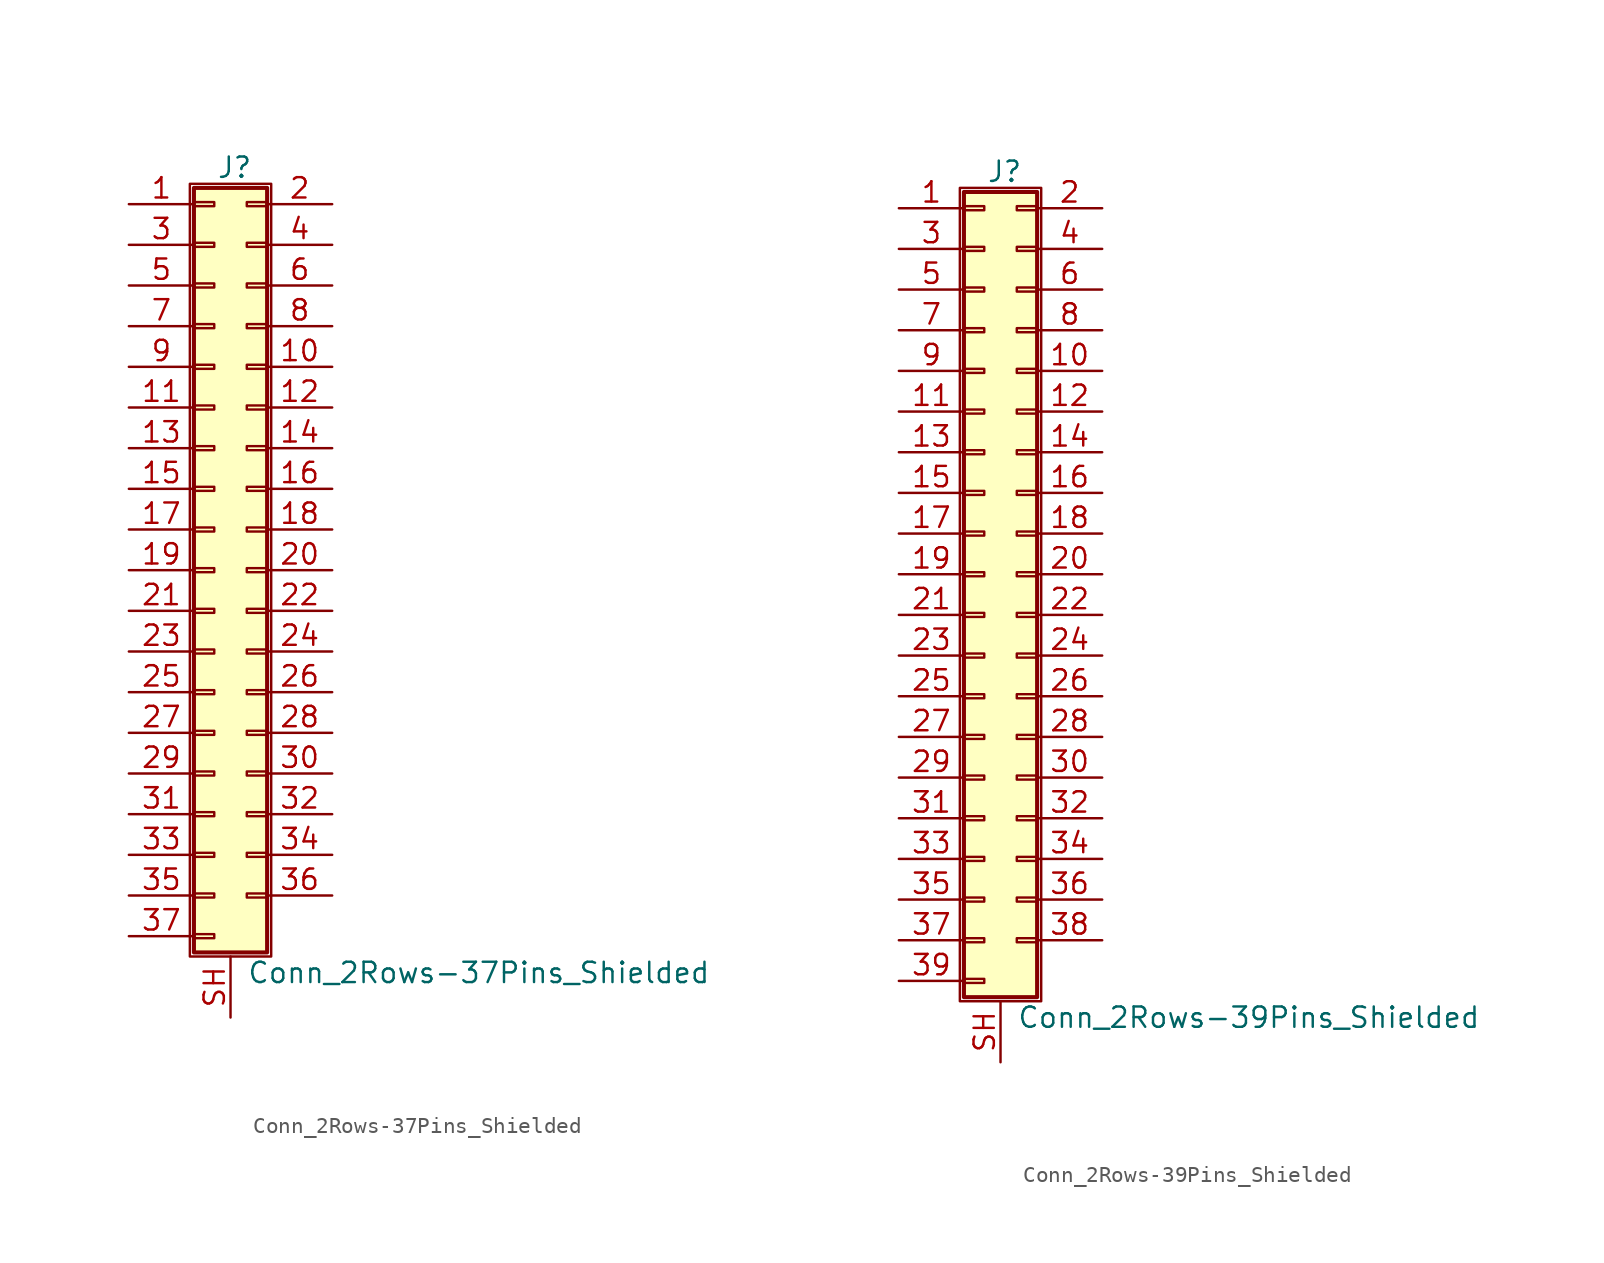
<source format=kicad_sym>
(kicad_symbol_lib
  (version 20200908)
  (generator kicad_symbol_editor)
  (symbol "Connector_Generic_Shielded:Conn_2Rows-37Pins_Shielded"
    (pin_names
      (offset 1.016) hide)
    (property "Reference" "J"
      (at 1.524 25.146 0)
      (effects (font (size 1.27 1.27))))
    (property "Value" "Conn_2Rows-37Pins_Shielded"
      (at 2.286 -25.146 0)
      (effects (font (size 1.27 1.27)) (justify left)))
    (symbol "Conn_2Rows-37Pins_Shielded_1_1"
      (rectangle (start -1.016 -4.953) (end 0.254 -5.207) (stroke (width 0.152)) (fill (type none)))
      (rectangle (start -1.016 -7.493) (end 0.254 -7.747) (stroke (width 0.152)) (fill (type none)))
      (rectangle (start -1.016 -10.033) (end 0.254 -10.287) (stroke (width 0.152)) (fill (type none)))
      (rectangle (start -1.016 -12.573) (end 0.254 -12.827) (stroke (width 0.152)) (fill (type none)))
      (rectangle (start -1.016 -15.113) (end 0.254 -15.367) (stroke (width 0.152)) (fill (type none)))
      (rectangle (start -1.016 -17.653) (end 0.254 -17.907) (stroke (width 0.152)) (fill (type none)))
      (rectangle (start -1.016 -20.193) (end 0.254 -20.447) (stroke (width 0.152)) (fill (type none)))
      (rectangle (start -1.016 -22.733) (end 0.254 -22.987) (stroke (width 0.152)) (fill (type none)))
      (rectangle (start -1.016 -2.413) (end 0.254 -2.667) (stroke (width 0.152)) (fill (type none)))
      (rectangle (start -1.016 2.667) (end 0.254 2.413) (stroke (width 0.152)) (fill (type none)))
      (rectangle (start -1.016 5.207) (end 0.254 4.953) (stroke (width 0.152)) (fill (type none)))
      (rectangle (start -1.016 7.747) (end 0.254 7.493) (stroke (width 0.152)) (fill (type none)))
      (rectangle (start -1.016 10.287) (end 0.254 10.033) (stroke (width 0.152)) (fill (type none)))
      (rectangle (start -1.016 0.127) (end 0.254 -0.127) (stroke (width 0.152)) (fill (type none)))
      (rectangle (start -1.016 12.827) (end 0.254 12.573) (stroke (width 0.152)) (fill (type none)))
      (rectangle (start -1.016 15.367) (end 0.254 15.113) (stroke (width 0.152)) (fill (type none)))
      (rectangle (start -1.016 17.907) (end 0.254 17.653) (stroke (width 0.152)) (fill (type none)))
      (rectangle (start -1.016 20.447) (end 0.254 20.193) (stroke (width 0.152)) (fill (type none)))
      (rectangle (start -1.016 22.987) (end 0.254 22.733) (stroke (width 0.152)) (fill (type none)))
      (rectangle (start -1.016 23.876) (end 3.556 -23.876) (stroke (width 0.254)) (fill (type background)))
      (rectangle (start -1.27 24.13) (end 3.81 -24.13) (stroke (width 0.152)) (fill (type none)))
      (rectangle (start 3.556 -4.953) (end 2.286 -5.207) (stroke (width 0.152)) (fill (type none)))
      (rectangle (start 3.556 -7.493) (end 2.286 -7.747) (stroke (width 0.152)) (fill (type none)))
      (rectangle (start 3.556 -10.033) (end 2.286 -10.287) (stroke (width 0.152)) (fill (type none)))
      (rectangle (start 3.556 -12.573) (end 2.286 -12.827) (stroke (width 0.152)) (fill (type none)))
      (rectangle (start 3.556 -15.113) (end 2.286 -15.367) (stroke (width 0.152)) (fill (type none)))
      (rectangle (start 3.556 -17.653) (end 2.286 -17.907) (stroke (width 0.152)) (fill (type none)))
      (rectangle (start 3.556 -20.193) (end 2.286 -20.447) (stroke (width 0.152)) (fill (type none)))
      (rectangle (start 3.556 -2.413) (end 2.286 -2.667) (stroke (width 0.152)) (fill (type none)))
      (rectangle (start 3.556 2.667) (end 2.286 2.413) (stroke (width 0.152)) (fill (type none)))
      (rectangle (start 3.556 5.207) (end 2.286 4.953) (stroke (width 0.152)) (fill (type none)))
      (rectangle (start 3.556 7.747) (end 2.286 7.493) (stroke (width 0.152)) (fill (type none)))
      (rectangle (start 3.556 10.287) (end 2.286 10.033) (stroke (width 0.152)) (fill (type none)))
      (rectangle (start 3.556 0.127) (end 2.286 -0.127) (stroke (width 0.152)) (fill (type none)))
      (rectangle (start 3.556 12.827) (end 2.286 12.573) (stroke (width 0.152)) (fill (type none)))
      (rectangle (start 3.556 15.367) (end 2.286 15.113) (stroke (width 0.152)) (fill (type none)))
      (rectangle (start 3.556 17.907) (end 2.286 17.653) (stroke (width 0.152)) (fill (type none)))
      (rectangle (start 3.556 20.447) (end 2.286 20.193) (stroke (width 0.152)) (fill (type none)))
      (rectangle (start 3.556 22.987) (end 2.286 22.733) (stroke (width 0.152)) (fill (type none)))
      (pin passive line (at -5.08 22.86 0) (length 4.064) (name "Pin_1" (effects (font (size 1.27 1.27)))) (number "1" (effects (font (size 1.27 1.27)))))
      (pin passive line (at 7.62 12.7 180) (length 4.064) (name "Pin_10" (effects (font (size 1.27 1.27)))) (number "10" (effects (font (size 1.27 1.27)))))
      (pin passive line (at -5.08 10.16 0) (length 4.064) (name "Pin_11" (effects (font (size 1.27 1.27)))) (number "11" (effects (font (size 1.27 1.27)))))
      (pin passive line (at 7.62 10.16 180) (length 4.064) (name "Pin_12" (effects (font (size 1.27 1.27)))) (number "12" (effects (font (size 1.27 1.27)))))
      (pin passive line (at -5.08 7.62 0) (length 4.064) (name "Pin_13" (effects (font (size 1.27 1.27)))) (number "13" (effects (font (size 1.27 1.27)))))
      (pin passive line (at 7.62 7.62 180) (length 4.064) (name "Pin_14" (effects (font (size 1.27 1.27)))) (number "14" (effects (font (size 1.27 1.27)))))
      (pin passive line (at -5.08 5.08 0) (length 4.064) (name "Pin_15" (effects (font (size 1.27 1.27)))) (number "15" (effects (font (size 1.27 1.27)))))
      (pin passive line (at 7.62 5.08 180) (length 4.064) (name "Pin_16" (effects (font (size 1.27 1.27)))) (number "16" (effects (font (size 1.27 1.27)))))
      (pin passive line (at -5.08 2.54 0) (length 4.064) (name "Pin_17" (effects (font (size 1.27 1.27)))) (number "17" (effects (font (size 1.27 1.27)))))
      (pin passive line (at 7.62 2.54 180) (length 4.064) (name "Pin_18" (effects (font (size 1.27 1.27)))) (number "18" (effects (font (size 1.27 1.27)))))
      (pin passive line (at -5.08 0 0) (length 4.064) (name "Pin_19" (effects (font (size 1.27 1.27)))) (number "19" (effects (font (size 1.27 1.27)))))
      (pin passive line (at 7.62 22.86 180) (length 4.064) (name "Pin_2" (effects (font (size 1.27 1.27)))) (number "2" (effects (font (size 1.27 1.27)))))
      (pin passive line (at 7.62 0 180) (length 4.064) (name "Pin_20" (effects (font (size 1.27 1.27)))) (number "20" (effects (font (size 1.27 1.27)))))
      (pin passive line (at -5.08 -2.54 0) (length 4.064) (name "Pin_21" (effects (font (size 1.27 1.27)))) (number "21" (effects (font (size 1.27 1.27)))))
      (pin passive line (at 7.62 -2.54 180) (length 4.064) (name "Pin_22" (effects (font (size 1.27 1.27)))) (number "22" (effects (font (size 1.27 1.27)))))
      (pin passive line (at -5.08 -5.08 0) (length 4.064) (name "Pin_23" (effects (font (size 1.27 1.27)))) (number "23" (effects (font (size 1.27 1.27)))))
      (pin passive line (at 7.62 -5.08 180) (length 4.064) (name "Pin_24" (effects (font (size 1.27 1.27)))) (number "24" (effects (font (size 1.27 1.27)))))
      (pin passive line (at -5.08 -7.62 0) (length 4.064) (name "Pin_25" (effects (font (size 1.27 1.27)))) (number "25" (effects (font (size 1.27 1.27)))))
      (pin passive line (at 7.62 -7.62 180) (length 4.064) (name "Pin_26" (effects (font (size 1.27 1.27)))) (number "26" (effects (font (size 1.27 1.27)))))
      (pin passive line (at -5.08 -10.16 0) (length 4.064) (name "Pin_27" (effects (font (size 1.27 1.27)))) (number "27" (effects (font (size 1.27 1.27)))))
      (pin passive line (at 7.62 -10.16 180) (length 4.064) (name "Pin_28" (effects (font (size 1.27 1.27)))) (number "28" (effects (font (size 1.27 1.27)))))
      (pin passive line (at -5.08 -12.7 0) (length 4.064) (name "Pin_29" (effects (font (size 1.27 1.27)))) (number "29" (effects (font (size 1.27 1.27)))))
      (pin passive line (at -5.08 20.32 0) (length 4.064) (name "Pin_3" (effects (font (size 1.27 1.27)))) (number "3" (effects (font (size 1.27 1.27)))))
      (pin passive line (at 7.62 -12.7 180) (length 4.064) (name "Pin_30" (effects (font (size 1.27 1.27)))) (number "30" (effects (font (size 1.27 1.27)))))
      (pin passive line (at -5.08 -15.24 0) (length 4.064) (name "Pin_31" (effects (font (size 1.27 1.27)))) (number "31" (effects (font (size 1.27 1.27)))))
      (pin passive line (at 7.62 -15.24 180) (length 4.064) (name "Pin_32" (effects (font (size 1.27 1.27)))) (number "32" (effects (font (size 1.27 1.27)))))
      (pin passive line (at -5.08 -17.78 0) (length 4.064) (name "Pin_33" (effects (font (size 1.27 1.27)))) (number "33" (effects (font (size 1.27 1.27)))))
      (pin passive line (at 7.62 -17.78 180) (length 4.064) (name "Pin_34" (effects (font (size 1.27 1.27)))) (number "34" (effects (font (size 1.27 1.27)))))
      (pin passive line (at -5.08 -20.32 0) (length 4.064) (name "Pin_35" (effects (font (size 1.27 1.27)))) (number "35" (effects (font (size 1.27 1.27)))))
      (pin passive line (at 7.62 -20.32 180) (length 4.064) (name "Pin_36" (effects (font (size 1.27 1.27)))) (number "36" (effects (font (size 1.27 1.27)))))
      (pin passive line (at -5.08 -22.86 0) (length 4.064) (name "Pin_37" (effects (font (size 1.27 1.27)))) (number "37" (effects (font (size 1.27 1.27)))))
      (pin passive line (at 7.62 20.32 180) (length 4.064) (name "Pin_4" (effects (font (size 1.27 1.27)))) (number "4" (effects (font (size 1.27 1.27)))))
      (pin passive line (at -5.08 17.78 0) (length 4.064) (name "Pin_5" (effects (font (size 1.27 1.27)))) (number "5" (effects (font (size 1.27 1.27)))))
      (pin passive line (at 7.62 17.78 180) (length 4.064) (name "Pin_6" (effects (font (size 1.27 1.27)))) (number "6" (effects (font (size 1.27 1.27)))))
      (pin passive line (at -5.08 15.24 0) (length 4.064) (name "Pin_7" (effects (font (size 1.27 1.27)))) (number "7" (effects (font (size 1.27 1.27)))))
      (pin passive line (at 7.62 15.24 180) (length 4.064) (name "Pin_8" (effects (font (size 1.27 1.27)))) (number "8" (effects (font (size 1.27 1.27)))))
      (pin passive line (at -5.08 12.7 0) (length 4.064) (name "Pin_9" (effects (font (size 1.27 1.27)))) (number "9" (effects (font (size 1.27 1.27)))))
      (pin passive line (at 1.27 -27.94 90) (length 3.81) (name "Shield" (effects (font (size 1.27 1.27)))) (number "SH" (effects (font (size 1.27 1.27)))))))
  (symbol "Connector_Generic_Shielded:Conn_2Rows-39Pins_Shielded"
    (pin_names
      (offset 1.016) hide)
    (property "Reference" "J"
      (at 1.524 25.146 0)
      (effects (font (size 1.27 1.27))))
    (property "Value" "Conn_2Rows-39Pins_Shielded"
      (at 2.286 -27.686 0)
      (effects (font (size 1.27 1.27)) (justify left)))
    (symbol "Conn_2Rows-39Pins_Shielded_1_1"
      (rectangle (start -1.016 -4.953) (end 0.254 -5.207) (stroke (width 0.152)) (fill (type none)))
      (rectangle (start -1.016 -7.493) (end 0.254 -7.747) (stroke (width 0.152)) (fill (type none)))
      (rectangle (start -1.016 -10.033) (end 0.254 -10.287) (stroke (width 0.152)) (fill (type none)))
      (rectangle (start -1.016 -12.573) (end 0.254 -12.827) (stroke (width 0.152)) (fill (type none)))
      (rectangle (start -1.016 -15.113) (end 0.254 -15.367) (stroke (width 0.152)) (fill (type none)))
      (rectangle (start -1.016 -17.653) (end 0.254 -17.907) (stroke (width 0.152)) (fill (type none)))
      (rectangle (start -1.016 -20.193) (end 0.254 -20.447) (stroke (width 0.152)) (fill (type none)))
      (rectangle (start -1.016 -22.733) (end 0.254 -22.987) (stroke (width 0.152)) (fill (type none)))
      (rectangle (start -1.016 -2.413) (end 0.254 -2.667) (stroke (width 0.152)) (fill (type none)))
      (rectangle (start -1.016 -25.273) (end 0.254 -25.527) (stroke (width 0.152)) (fill (type none)))
      (rectangle (start -1.016 2.667) (end 0.254 2.413) (stroke (width 0.152)) (fill (type none)))
      (rectangle (start -1.016 5.207) (end 0.254 4.953) (stroke (width 0.152)) (fill (type none)))
      (rectangle (start -1.016 7.747) (end 0.254 7.493) (stroke (width 0.152)) (fill (type none)))
      (rectangle (start -1.016 10.287) (end 0.254 10.033) (stroke (width 0.152)) (fill (type none)))
      (rectangle (start -1.016 0.127) (end 0.254 -0.127) (stroke (width 0.152)) (fill (type none)))
      (rectangle (start -1.016 12.827) (end 0.254 12.573) (stroke (width 0.152)) (fill (type none)))
      (rectangle (start -1.016 15.367) (end 0.254 15.113) (stroke (width 0.152)) (fill (type none)))
      (rectangle (start -1.016 17.907) (end 0.254 17.653) (stroke (width 0.152)) (fill (type none)))
      (rectangle (start -1.016 20.447) (end 0.254 20.193) (stroke (width 0.152)) (fill (type none)))
      (rectangle (start -1.016 22.987) (end 0.254 22.733) (stroke (width 0.152)) (fill (type none)))
      (rectangle (start -1.016 23.876) (end 3.556 -26.416) (stroke (width 0.254)) (fill (type background)))
      (rectangle (start -1.27 24.13) (end 3.81 -26.67) (stroke (width 0.152)) (fill (type none)))
      (rectangle (start 3.556 -4.953) (end 2.286 -5.207) (stroke (width 0.152)) (fill (type none)))
      (rectangle (start 3.556 -7.493) (end 2.286 -7.747) (stroke (width 0.152)) (fill (type none)))
      (rectangle (start 3.556 -10.033) (end 2.286 -10.287) (stroke (width 0.152)) (fill (type none)))
      (rectangle (start 3.556 -12.573) (end 2.286 -12.827) (stroke (width 0.152)) (fill (type none)))
      (rectangle (start 3.556 -15.113) (end 2.286 -15.367) (stroke (width 0.152)) (fill (type none)))
      (rectangle (start 3.556 -17.653) (end 2.286 -17.907) (stroke (width 0.152)) (fill (type none)))
      (rectangle (start 3.556 -20.193) (end 2.286 -20.447) (stroke (width 0.152)) (fill (type none)))
      (rectangle (start 3.556 -22.733) (end 2.286 -22.987) (stroke (width 0.152)) (fill (type none)))
      (rectangle (start 3.556 -2.413) (end 2.286 -2.667) (stroke (width 0.152)) (fill (type none)))
      (rectangle (start 3.556 2.667) (end 2.286 2.413) (stroke (width 0.152)) (fill (type none)))
      (rectangle (start 3.556 5.207) (end 2.286 4.953) (stroke (width 0.152)) (fill (type none)))
      (rectangle (start 3.556 7.747) (end 2.286 7.493) (stroke (width 0.152)) (fill (type none)))
      (rectangle (start 3.556 10.287) (end 2.286 10.033) (stroke (width 0.152)) (fill (type none)))
      (rectangle (start 3.556 0.127) (end 2.286 -0.127) (stroke (width 0.152)) (fill (type none)))
      (rectangle (start 3.556 12.827) (end 2.286 12.573) (stroke (width 0.152)) (fill (type none)))
      (rectangle (start 3.556 15.367) (end 2.286 15.113) (stroke (width 0.152)) (fill (type none)))
      (rectangle (start 3.556 17.907) (end 2.286 17.653) (stroke (width 0.152)) (fill (type none)))
      (rectangle (start 3.556 20.447) (end 2.286 20.193) (stroke (width 0.152)) (fill (type none)))
      (rectangle (start 3.556 22.987) (end 2.286 22.733) (stroke (width 0.152)) (fill (type none)))
      (pin passive line (at -5.08 22.86 0) (length 4.064) (name "Pin_1" (effects (font (size 1.27 1.27)))) (number "1" (effects (font (size 1.27 1.27)))))
      (pin passive line (at 7.62 12.7 180) (length 4.064) (name "Pin_10" (effects (font (size 1.27 1.27)))) (number "10" (effects (font (size 1.27 1.27)))))
      (pin passive line (at -5.08 10.16 0) (length 4.064) (name "Pin_11" (effects (font (size 1.27 1.27)))) (number "11" (effects (font (size 1.27 1.27)))))
      (pin passive line (at 7.62 10.16 180) (length 4.064) (name "Pin_12" (effects (font (size 1.27 1.27)))) (number "12" (effects (font (size 1.27 1.27)))))
      (pin passive line (at -5.08 7.62 0) (length 4.064) (name "Pin_13" (effects (font (size 1.27 1.27)))) (number "13" (effects (font (size 1.27 1.27)))))
      (pin passive line (at 7.62 7.62 180) (length 4.064) (name "Pin_14" (effects (font (size 1.27 1.27)))) (number "14" (effects (font (size 1.27 1.27)))))
      (pin passive line (at -5.08 5.08 0) (length 4.064) (name "Pin_15" (effects (font (size 1.27 1.27)))) (number "15" (effects (font (size 1.27 1.27)))))
      (pin passive line (at 7.62 5.08 180) (length 4.064) (name "Pin_16" (effects (font (size 1.27 1.27)))) (number "16" (effects (font (size 1.27 1.27)))))
      (pin passive line (at -5.08 2.54 0) (length 4.064) (name "Pin_17" (effects (font (size 1.27 1.27)))) (number "17" (effects (font (size 1.27 1.27)))))
      (pin passive line (at 7.62 2.54 180) (length 4.064) (name "Pin_18" (effects (font (size 1.27 1.27)))) (number "18" (effects (font (size 1.27 1.27)))))
      (pin passive line (at -5.08 0 0) (length 4.064) (name "Pin_19" (effects (font (size 1.27 1.27)))) (number "19" (effects (font (size 1.27 1.27)))))
      (pin passive line (at 7.62 22.86 180) (length 4.064) (name "Pin_2" (effects (font (size 1.27 1.27)))) (number "2" (effects (font (size 1.27 1.27)))))
      (pin passive line (at 7.62 0 180) (length 4.064) (name "Pin_20" (effects (font (size 1.27 1.27)))) (number "20" (effects (font (size 1.27 1.27)))))
      (pin passive line (at -5.08 -2.54 0) (length 4.064) (name "Pin_21" (effects (font (size 1.27 1.27)))) (number "21" (effects (font (size 1.27 1.27)))))
      (pin passive line (at 7.62 -2.54 180) (length 4.064) (name "Pin_22" (effects (font (size 1.27 1.27)))) (number "22" (effects (font (size 1.27 1.27)))))
      (pin passive line (at -5.08 -5.08 0) (length 4.064) (name "Pin_23" (effects (font (size 1.27 1.27)))) (number "23" (effects (font (size 1.27 1.27)))))
      (pin passive line (at 7.62 -5.08 180) (length 4.064) (name "Pin_24" (effects (font (size 1.27 1.27)))) (number "24" (effects (font (size 1.27 1.27)))))
      (pin passive line (at -5.08 -7.62 0) (length 4.064) (name "Pin_25" (effects (font (size 1.27 1.27)))) (number "25" (effects (font (size 1.27 1.27)))))
      (pin passive line (at 7.62 -7.62 180) (length 4.064) (name "Pin_26" (effects (font (size 1.27 1.27)))) (number "26" (effects (font (size 1.27 1.27)))))
      (pin passive line (at -5.08 -10.16 0) (length 4.064) (name "Pin_27" (effects (font (size 1.27 1.27)))) (number "27" (effects (font (size 1.27 1.27)))))
      (pin passive line (at 7.62 -10.16 180) (length 4.064) (name "Pin_28" (effects (font (size 1.27 1.27)))) (number "28" (effects (font (size 1.27 1.27)))))
      (pin passive line (at -5.08 -12.7 0) (length 4.064) (name "Pin_29" (effects (font (size 1.27 1.27)))) (number "29" (effects (font (size 1.27 1.27)))))
      (pin passive line (at -5.08 20.32 0) (length 4.064) (name "Pin_3" (effects (font (size 1.27 1.27)))) (number "3" (effects (font (size 1.27 1.27)))))
      (pin passive line (at 7.62 -12.7 180) (length 4.064) (name "Pin_30" (effects (font (size 1.27 1.27)))) (number "30" (effects (font (size 1.27 1.27)))))
      (pin passive line (at -5.08 -15.24 0) (length 4.064) (name "Pin_31" (effects (font (size 1.27 1.27)))) (number "31" (effects (font (size 1.27 1.27)))))
      (pin passive line (at 7.62 -15.24 180) (length 4.064) (name "Pin_32" (effects (font (size 1.27 1.27)))) (number "32" (effects (font (size 1.27 1.27)))))
      (pin passive line (at -5.08 -17.78 0) (length 4.064) (name "Pin_33" (effects (font (size 1.27 1.27)))) (number "33" (effects (font (size 1.27 1.27)))))
      (pin passive line (at 7.62 -17.78 180) (length 4.064) (name "Pin_34" (effects (font (size 1.27 1.27)))) (number "34" (effects (font (size 1.27 1.27)))))
      (pin passive line (at -5.08 -20.32 0) (length 4.064) (name "Pin_35" (effects (font (size 1.27 1.27)))) (number "35" (effects (font (size 1.27 1.27)))))
      (pin passive line (at 7.62 -20.32 180) (length 4.064) (name "Pin_36" (effects (font (size 1.27 1.27)))) (number "36" (effects (font (size 1.27 1.27)))))
      (pin passive line (at -5.08 -22.86 0) (length 4.064) (name "Pin_37" (effects (font (size 1.27 1.27)))) (number "37" (effects (font (size 1.27 1.27)))))
      (pin passive line (at 7.62 -22.86 180) (length 4.064) (name "Pin_38" (effects (font (size 1.27 1.27)))) (number "38" (effects (font (size 1.27 1.27)))))
      (pin passive line (at -5.08 -25.4 0) (length 4.064) (name "Pin_39" (effects (font (size 1.27 1.27)))) (number "39" (effects (font (size 1.27 1.27)))))
      (pin passive line (at 7.62 20.32 180) (length 4.064) (name "Pin_4" (effects (font (size 1.27 1.27)))) (number "4" (effects (font (size 1.27 1.27)))))
      (pin passive line (at -5.08 17.78 0) (length 4.064) (name "Pin_5" (effects (font (size 1.27 1.27)))) (number "5" (effects (font (size 1.27 1.27)))))
      (pin passive line (at 7.62 17.78 180) (length 4.064) (name "Pin_6" (effects (font (size 1.27 1.27)))) (number "6" (effects (font (size 1.27 1.27)))))
      (pin passive line (at -5.08 15.24 0) (length 4.064) (name "Pin_7" (effects (font (size 1.27 1.27)))) (number "7" (effects (font (size 1.27 1.27)))))
      (pin passive line (at 7.62 15.24 180) (length 4.064) (name "Pin_8" (effects (font (size 1.27 1.27)))) (number "8" (effects (font (size 1.27 1.27)))))
      (pin passive line (at -5.08 12.7 0) (length 4.064) (name "Pin_9" (effects (font (size 1.27 1.27)))) (number "9" (effects (font (size 1.27 1.27)))))
      (pin passive line (at 1.27 -30.48 90) (length 3.81) (name "Shield" (effects (font (size 1.27 1.27)))) (number "SH" (effects (font (size 1.27 1.27))))))))
</source>
